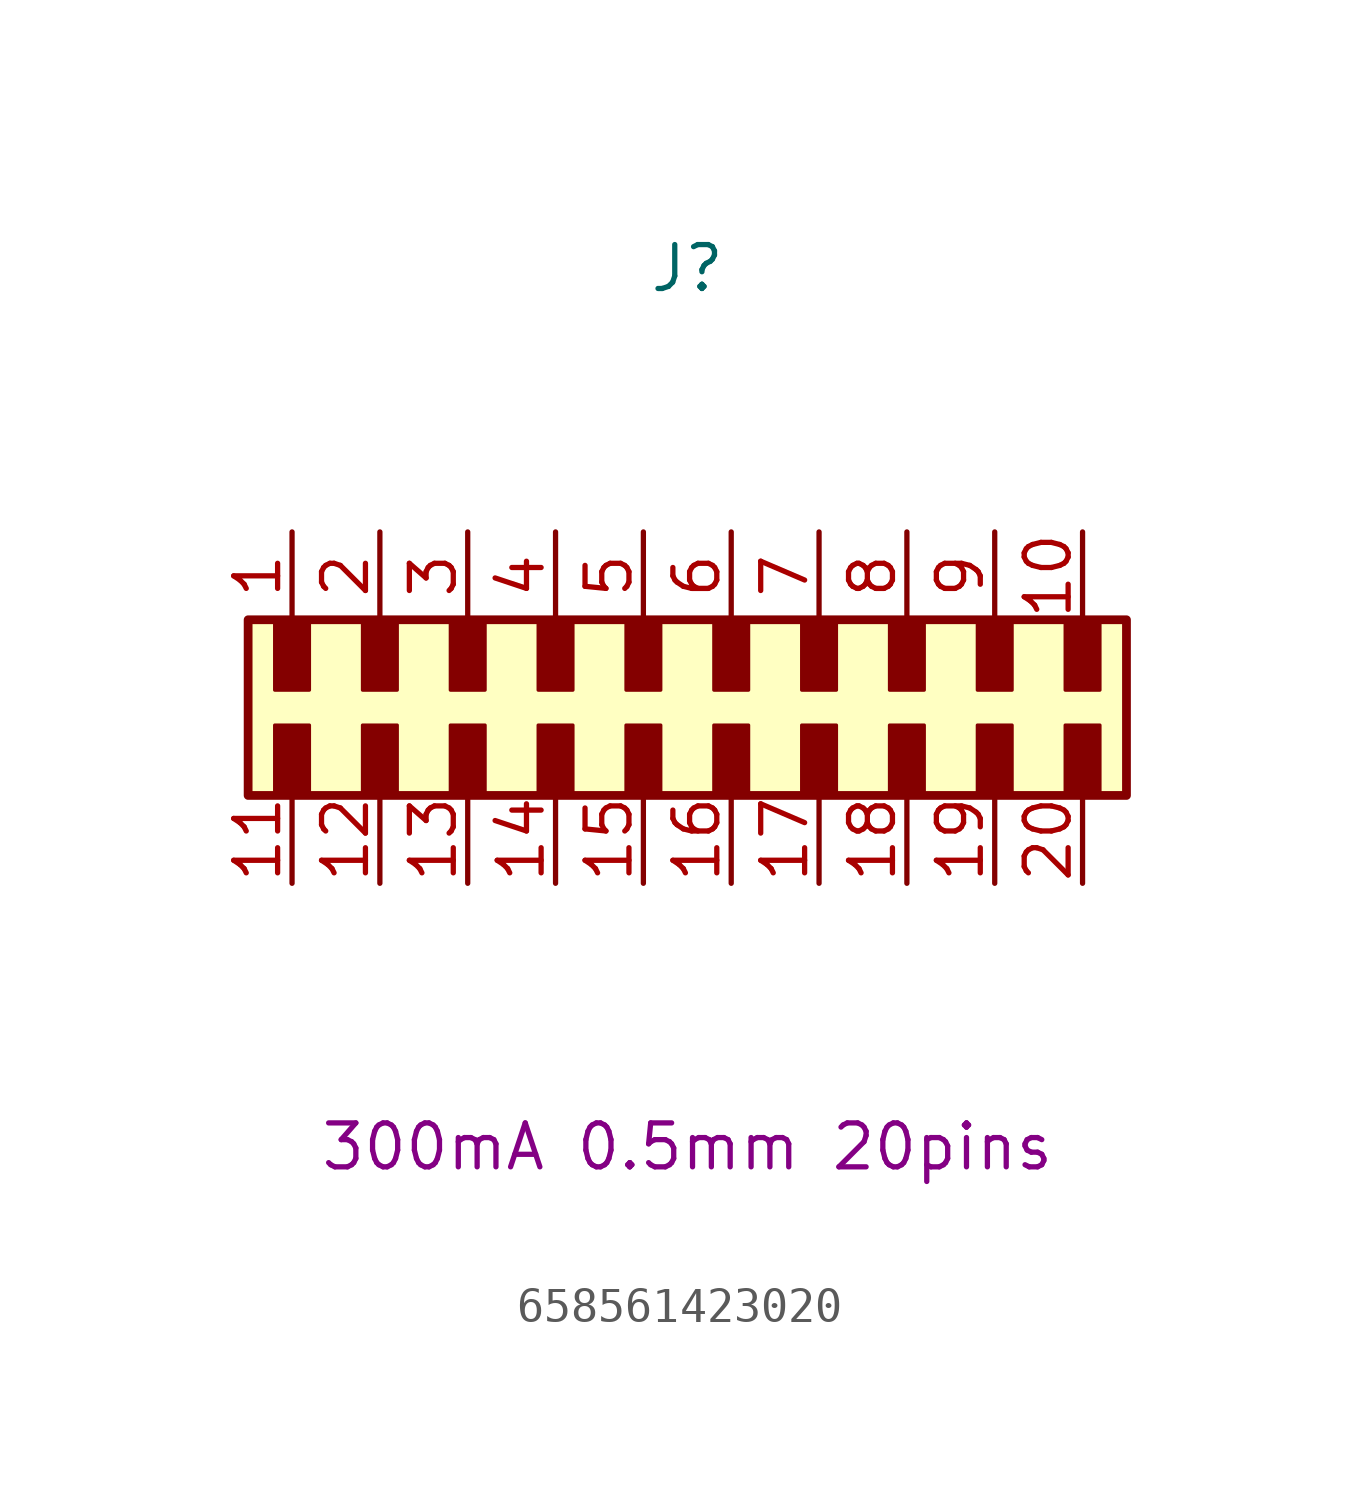
<source format=kicad_sym>
(kicad_symbol_lib
  (version 20241209)
  (generator "kicad_symbol_editor")
  (generator_version "9.0")
  (symbol "658561423020"
    (pin_names
      (hide yes))
    (property "Reference" "J"
      (at 0 12.7 0)
      (effects (font (size 1.27 1.27))))
    (property "Critical Parameter" "300mA 0.5mm 20pins"
      (at 0 -12.7 0)
      (effects (font (size 1.27 1.27))))
    (symbol "658561423020_0_1"
      (rectangle (start -12.7 2.54) (end 12.7 -2.54) (stroke (width 0.254) (type default)) (fill (type background)))
      (rectangle (start -11.93 0.508) (end -10.93 2.54) (stroke (width 0.1) (type default)) (fill (type outline)))
      (rectangle (start -11.93 -0.508) (end -10.93 -2.54) (stroke (width 0.1) (type default)) (fill (type outline)))
      (rectangle (start -9.39 0.508) (end -8.39 2.54) (stroke (width 0.1) (type default)) (fill (type outline)))
      (rectangle (start -9.39 -0.508) (end -8.39 -2.54) (stroke (width 0.1) (type default)) (fill (type outline)))
      (rectangle (start -6.85 0.508) (end -5.85 2.54) (stroke (width 0.1) (type default)) (fill (type outline)))
      (rectangle (start -6.85 -0.508) (end -5.85 -2.54) (stroke (width 0.1) (type default)) (fill (type outline)))
      (rectangle (start -4.31 0.508) (end -3.31 2.54) (stroke (width 0.1) (type default)) (fill (type outline)))
      (rectangle (start -4.31 -0.508) (end -3.31 -2.54) (stroke (width 0.1) (type default)) (fill (type outline)))
      (rectangle (start -1.77 0.508) (end -0.77 2.54) (stroke (width 0.1) (type default)) (fill (type outline)))
      (rectangle (start -1.77 -0.508) (end -0.77 -2.54) (stroke (width 0.1) (type default)) (fill (type outline)))
      (rectangle (start 0.77 0.508) (end 1.77 2.54) (stroke (width 0.1) (type default)) (fill (type outline)))
      (rectangle (start 0.77 -0.508) (end 1.77 -2.54) (stroke (width 0.1) (type default)) (fill (type outline)))
      (rectangle (start 3.31 0.508) (end 4.31 2.54) (stroke (width 0.1) (type default)) (fill (type outline)))
      (rectangle (start 3.31 -0.508) (end 4.31 -2.54) (stroke (width 0.1) (type default)) (fill (type outline)))
      (rectangle (start 5.85 0.508) (end 6.85 2.54) (stroke (width 0.1) (type default)) (fill (type outline)))
      (rectangle (start 5.85 -0.508) (end 6.85 -2.54) (stroke (width 0.1) (type default)) (fill (type outline)))
      (rectangle (start 8.39 0.508) (end 9.39 2.54) (stroke (width 0.1) (type default)) (fill (type outline)))
      (rectangle (start 8.39 -0.508) (end 9.39 -2.54) (stroke (width 0.1) (type default)) (fill (type outline)))
      (rectangle (start 10.93 0.508) (end 11.93 2.54) (stroke (width 0.1) (type default)) (fill (type outline)))
      (rectangle (start 10.93 -0.508) (end 11.93 -2.54) (stroke (width 0.1) (type default)) (fill (type outline))))
    (symbol "658561423020_1_1"
      (pin passive line (at -11.43 5.08 270) (length 2.54) (name "1" (effects (font (size 1.27 1.27)))) (number "1" (effects (font (size 1.27 1.27)))))
      (pin passive line (at -11.43 -5.08 90) (length 2.54) (name "11" (effects (font (size 1.27 1.27)))) (number "11" (effects (font (size 1.27 1.27)))))
      (pin passive line (at -8.89 5.08 270) (length 2.54) (name "2" (effects (font (size 1.27 1.27)))) (number "2" (effects (font (size 1.27 1.27)))))
      (pin passive line (at -8.89 -5.08 90) (length 2.54) (name "12" (effects (font (size 1.27 1.27)))) (number "12" (effects (font (size 1.27 1.27)))))
      (pin passive line (at -6.35 5.08 270) (length 2.54) (name "3" (effects (font (size 1.27 1.27)))) (number "3" (effects (font (size 1.27 1.27)))))
      (pin passive line (at -6.35 -5.08 90) (length 2.54) (name "13" (effects (font (size 1.27 1.27)))) (number "13" (effects (font (size 1.27 1.27)))))
      (pin passive line (at -3.81 5.08 270) (length 2.54) (name "4" (effects (font (size 1.27 1.27)))) (number "4" (effects (font (size 1.27 1.27)))))
      (pin passive line (at -3.81 -5.08 90) (length 2.54) (name "14" (effects (font (size 1.27 1.27)))) (number "14" (effects (font (size 1.27 1.27)))))
      (pin passive line (at -1.27 5.08 270) (length 2.54) (name "5" (effects (font (size 1.27 1.27)))) (number "5" (effects (font (size 1.27 1.27)))))
      (pin passive line (at -1.27 -5.08 90) (length 2.54) (name "15" (effects (font (size 1.27 1.27)))) (number "15" (effects (font (size 1.27 1.27)))))
      (pin passive line (at 1.27 5.08 270) (length 2.54) (name "6" (effects (font (size 1.27 1.27)))) (number "6" (effects (font (size 1.27 1.27)))))
      (pin passive line (at 1.27 -5.08 90) (length 2.54) (name "16" (effects (font (size 1.27 1.27)))) (number "16" (effects (font (size 1.27 1.27)))))
      (pin passive line (at 3.81 5.08 270) (length 2.54) (name "7" (effects (font (size 1.27 1.27)))) (number "7" (effects (font (size 1.27 1.27)))))
      (pin passive line (at 3.81 -5.08 90) (length 2.54) (name "17" (effects (font (size 1.27 1.27)))) (number "17" (effects (font (size 1.27 1.27)))))
      (pin passive line (at 6.35 5.08 270) (length 2.54) (name "8" (effects (font (size 1.27 1.27)))) (number "8" (effects (font (size 1.27 1.27)))))
      (pin passive line (at 6.35 -5.08 90) (length 2.54) (name "18" (effects (font (size 1.27 1.27)))) (number "18" (effects (font (size 1.27 1.27)))))
      (pin passive line (at 8.89 5.08 270) (length 2.54) (name "9" (effects (font (size 1.27 1.27)))) (number "9" (effects (font (size 1.27 1.27)))))
      (pin passive line (at 8.89 -5.08 90) (length 2.54) (name "19" (effects (font (size 1.27 1.27)))) (number "19" (effects (font (size 1.27 1.27)))))
      (pin passive line (at 11.43 5.08 270) (length 2.54) (name "10" (effects (font (size 1.27 1.27)))) (number "10" (effects (font (size 1.27 1.27)))))
      (pin passive line (at 11.43 -5.08 90) (length 2.54) (name "20" (effects (font (size 1.27 1.27)))) (number "20" (effects (font (size 1.27 1.27))))))))
</source>
